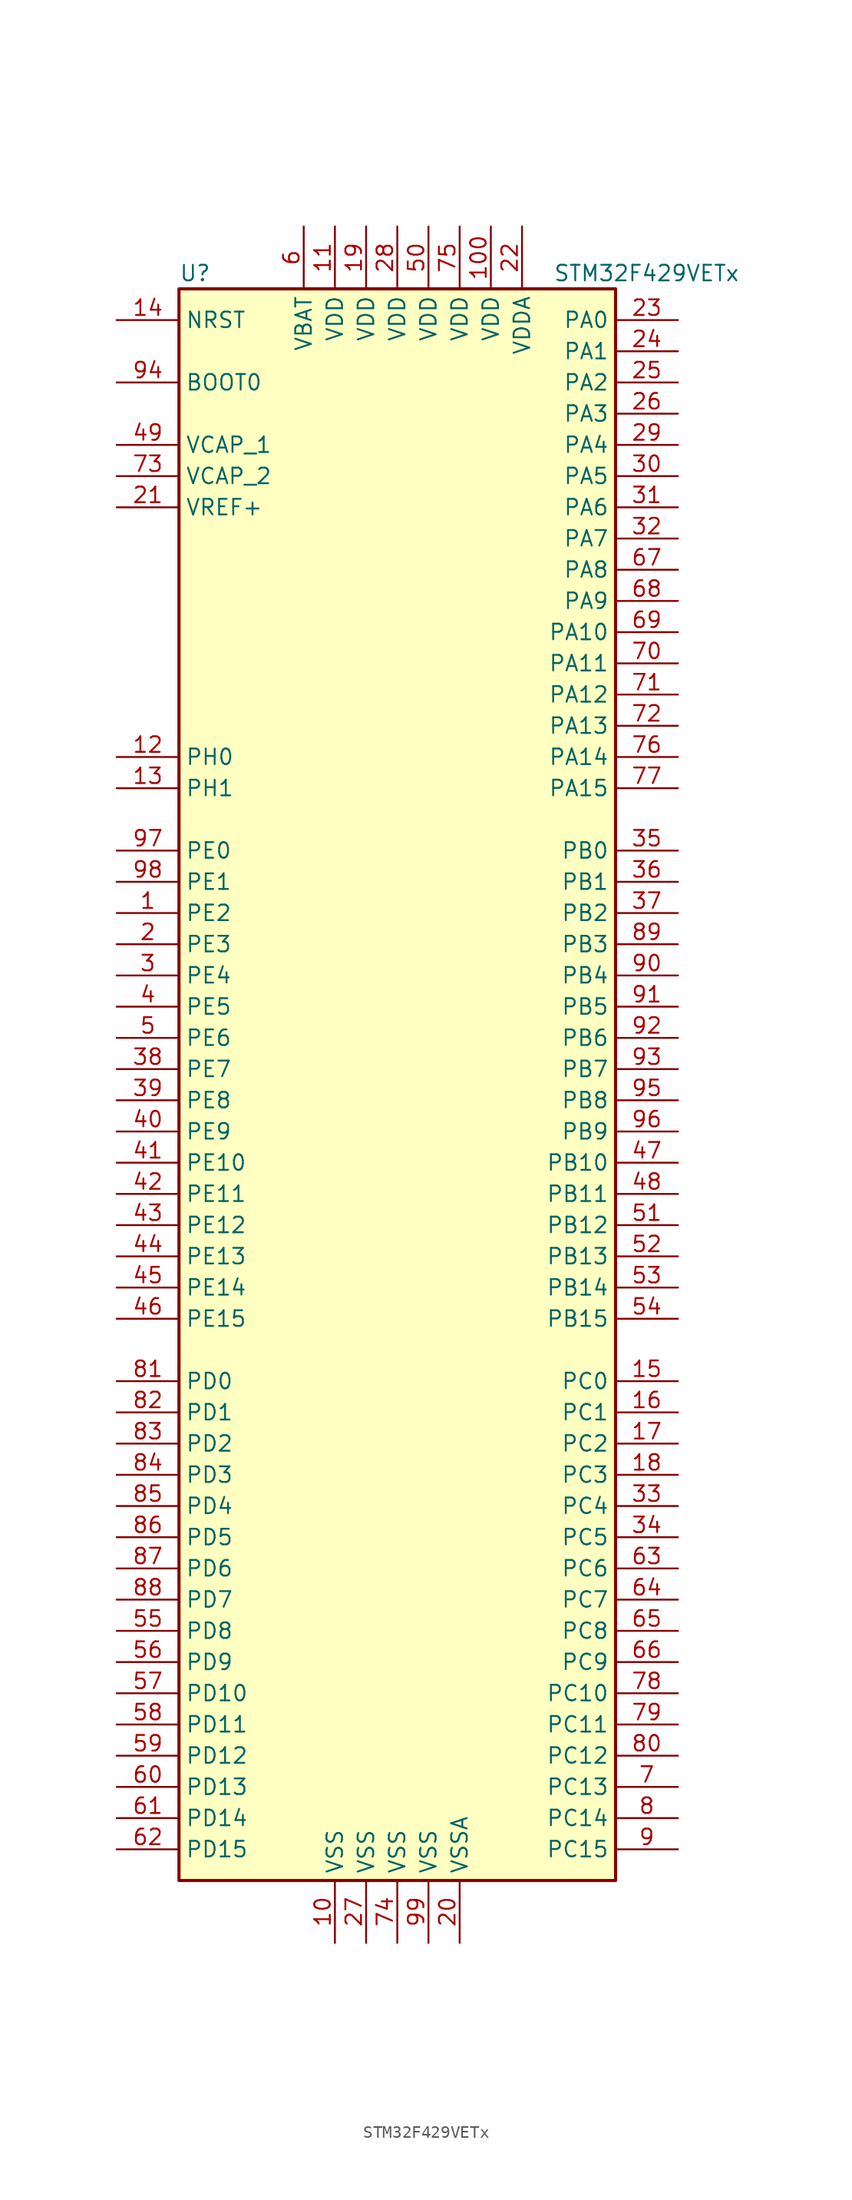
<source format=kicad_sym>
(kicad_symbol_lib
  (version 20201005)
  (generator kicad_symbol_editor)
  (symbol "STM32F429VETx"
    (property "Reference" "U"
      (at -17.78 64.77 0)
      (effects (font (size 1.27 1.27)) (justify left)))
    (property "Value" "STM32F429VETx"
      (at 12.7 64.77 0)
      (effects (font (size 1.27 1.27)) (justify left)))
    (symbol "STM32F429VETx_0_1"
      (rectangle (start -17.78 -66.04) (end 17.78 63.5) (stroke (width 0.254)) (fill (type background))))
    (symbol "STM32F429VETx_1_1"
      (pin bidirectional line (at -22.86 12.7 0) (length 5.08) (name "PE2" (effects (font (size 1.27 1.27)))) (number "1" (effects (font (size 1.27 1.27)))))
      (pin power_in line (at -5.08 -71.12 90) (length 5.08) (name "VSS" (effects (font (size 1.27 1.27)))) (number "10" (effects (font (size 1.27 1.27)))))
      (pin power_in line (at 7.62 68.58 270) (length 5.08) (name "VDD" (effects (font (size 1.27 1.27)))) (number "100" (effects (font (size 1.27 1.27)))))
      (pin power_in line (at -5.08 68.58 270) (length 5.08) (name "VDD" (effects (font (size 1.27 1.27)))) (number "11" (effects (font (size 1.27 1.27)))))
      (pin input line (at -22.86 25.4 0) (length 5.08) (name "PH0" (effects (font (size 1.27 1.27)))) (number "12" (effects (font (size 1.27 1.27)))))
      (pin input line (at -22.86 22.86 0) (length 5.08) (name "PH1" (effects (font (size 1.27 1.27)))) (number "13" (effects (font (size 1.27 1.27)))))
      (pin input line (at -22.86 60.96 0) (length 5.08) (name "NRST" (effects (font (size 1.27 1.27)))) (number "14" (effects (font (size 1.27 1.27)))))
      (pin bidirectional line (at 22.86 -25.4 180) (length 5.08) (name "PC0" (effects (font (size 1.27 1.27)))) (number "15" (effects (font (size 1.27 1.27)))))
      (pin bidirectional line (at 22.86 -27.94 180) (length 5.08) (name "PC1" (effects (font (size 1.27 1.27)))) (number "16" (effects (font (size 1.27 1.27)))))
      (pin bidirectional line (at 22.86 -30.48 180) (length 5.08) (name "PC2" (effects (font (size 1.27 1.27)))) (number "17" (effects (font (size 1.27 1.27)))))
      (pin bidirectional line (at 22.86 -33.02 180) (length 5.08) (name "PC3" (effects (font (size 1.27 1.27)))) (number "18" (effects (font (size 1.27 1.27)))))
      (pin power_in line (at -2.54 68.58 270) (length 5.08) (name "VDD" (effects (font (size 1.27 1.27)))) (number "19" (effects (font (size 1.27 1.27)))))
      (pin bidirectional line (at -22.86 10.16 0) (length 5.08) (name "PE3" (effects (font (size 1.27 1.27)))) (number "2" (effects (font (size 1.27 1.27)))))
      (pin power_in line (at 5.08 -71.12 90) (length 5.08) (name "VSSA" (effects (font (size 1.27 1.27)))) (number "20" (effects (font (size 1.27 1.27)))))
      (pin power_in line (at -22.86 45.72 0) (length 5.08) (name "VREF+" (effects (font (size 1.27 1.27)))) (number "21" (effects (font (size 1.27 1.27)))))
      (pin power_in line (at 10.16 68.58 270) (length 5.08) (name "VDDA" (effects (font (size 1.27 1.27)))) (number "22" (effects (font (size 1.27 1.27)))))
      (pin bidirectional line (at 22.86 60.96 180) (length 5.08) (name "PA0" (effects (font (size 1.27 1.27)))) (number "23" (effects (font (size 1.27 1.27)))))
      (pin bidirectional line (at 22.86 58.42 180) (length 5.08) (name "PA1" (effects (font (size 1.27 1.27)))) (number "24" (effects (font (size 1.27 1.27)))))
      (pin bidirectional line (at 22.86 55.88 180) (length 5.08) (name "PA2" (effects (font (size 1.27 1.27)))) (number "25" (effects (font (size 1.27 1.27)))))
      (pin bidirectional line (at 22.86 53.34 180) (length 5.08) (name "PA3" (effects (font (size 1.27 1.27)))) (number "26" (effects (font (size 1.27 1.27)))))
      (pin power_in line (at -2.54 -71.12 90) (length 5.08) (name "VSS" (effects (font (size 1.27 1.27)))) (number "27" (effects (font (size 1.27 1.27)))))
      (pin power_in line (at 0 68.58 270) (length 5.08) (name "VDD" (effects (font (size 1.27 1.27)))) (number "28" (effects (font (size 1.27 1.27)))))
      (pin bidirectional line (at 22.86 50.8 180) (length 5.08) (name "PA4" (effects (font (size 1.27 1.27)))) (number "29" (effects (font (size 1.27 1.27)))))
      (pin bidirectional line (at -22.86 7.62 0) (length 5.08) (name "PE4" (effects (font (size 1.27 1.27)))) (number "3" (effects (font (size 1.27 1.27)))))
      (pin bidirectional line (at 22.86 48.26 180) (length 5.08) (name "PA5" (effects (font (size 1.27 1.27)))) (number "30" (effects (font (size 1.27 1.27)))))
      (pin bidirectional line (at 22.86 45.72 180) (length 5.08) (name "PA6" (effects (font (size 1.27 1.27)))) (number "31" (effects (font (size 1.27 1.27)))))
      (pin bidirectional line (at 22.86 43.18 180) (length 5.08) (name "PA7" (effects (font (size 1.27 1.27)))) (number "32" (effects (font (size 1.27 1.27)))))
      (pin bidirectional line (at 22.86 -35.56 180) (length 5.08) (name "PC4" (effects (font (size 1.27 1.27)))) (number "33" (effects (font (size 1.27 1.27)))))
      (pin bidirectional line (at 22.86 -38.1 180) (length 5.08) (name "PC5" (effects (font (size 1.27 1.27)))) (number "34" (effects (font (size 1.27 1.27)))))
      (pin bidirectional line (at 22.86 17.78 180) (length 5.08) (name "PB0" (effects (font (size 1.27 1.27)))) (number "35" (effects (font (size 1.27 1.27)))))
      (pin bidirectional line (at 22.86 15.24 180) (length 5.08) (name "PB1" (effects (font (size 1.27 1.27)))) (number "36" (effects (font (size 1.27 1.27)))))
      (pin bidirectional line (at 22.86 12.7 180) (length 5.08) (name "PB2" (effects (font (size 1.27 1.27)))) (number "37" (effects (font (size 1.27 1.27)))))
      (pin bidirectional line (at -22.86 0 0) (length 5.08) (name "PE7" (effects (font (size 1.27 1.27)))) (number "38" (effects (font (size 1.27 1.27)))))
      (pin bidirectional line (at -22.86 -2.54 0) (length 5.08) (name "PE8" (effects (font (size 1.27 1.27)))) (number "39" (effects (font (size 1.27 1.27)))))
      (pin bidirectional line (at -22.86 5.08 0) (length 5.08) (name "PE5" (effects (font (size 1.27 1.27)))) (number "4" (effects (font (size 1.27 1.27)))))
      (pin bidirectional line (at -22.86 -5.08 0) (length 5.08) (name "PE9" (effects (font (size 1.27 1.27)))) (number "40" (effects (font (size 1.27 1.27)))))
      (pin bidirectional line (at -22.86 -7.62 0) (length 5.08) (name "PE10" (effects (font (size 1.27 1.27)))) (number "41" (effects (font (size 1.27 1.27)))))
      (pin bidirectional line (at -22.86 -10.16 0) (length 5.08) (name "PE11" (effects (font (size 1.27 1.27)))) (number "42" (effects (font (size 1.27 1.27)))))
      (pin bidirectional line (at -22.86 -12.7 0) (length 5.08) (name "PE12" (effects (font (size 1.27 1.27)))) (number "43" (effects (font (size 1.27 1.27)))))
      (pin bidirectional line (at -22.86 -15.24 0) (length 5.08) (name "PE13" (effects (font (size 1.27 1.27)))) (number "44" (effects (font (size 1.27 1.27)))))
      (pin bidirectional line (at -22.86 -17.78 0) (length 5.08) (name "PE14" (effects (font (size 1.27 1.27)))) (number "45" (effects (font (size 1.27 1.27)))))
      (pin bidirectional line (at -22.86 -20.32 0) (length 5.08) (name "PE15" (effects (font (size 1.27 1.27)))) (number "46" (effects (font (size 1.27 1.27)))))
      (pin bidirectional line (at 22.86 -7.62 180) (length 5.08) (name "PB10" (effects (font (size 1.27 1.27)))) (number "47" (effects (font (size 1.27 1.27)))))
      (pin bidirectional line (at 22.86 -10.16 180) (length 5.08) (name "PB11" (effects (font (size 1.27 1.27)))) (number "48" (effects (font (size 1.27 1.27)))))
      (pin power_in line (at -22.86 50.8 0) (length 5.08) (name "VCAP_1" (effects (font (size 1.27 1.27)))) (number "49" (effects (font (size 1.27 1.27)))))
      (pin bidirectional line (at -22.86 2.54 0) (length 5.08) (name "PE6" (effects (font (size 1.27 1.27)))) (number "5" (effects (font (size 1.27 1.27)))))
      (pin power_in line (at 2.54 68.58 270) (length 5.08) (name "VDD" (effects (font (size 1.27 1.27)))) (number "50" (effects (font (size 1.27 1.27)))))
      (pin bidirectional line (at 22.86 -12.7 180) (length 5.08) (name "PB12" (effects (font (size 1.27 1.27)))) (number "51" (effects (font (size 1.27 1.27)))))
      (pin bidirectional line (at 22.86 -15.24 180) (length 5.08) (name "PB13" (effects (font (size 1.27 1.27)))) (number "52" (effects (font (size 1.27 1.27)))))
      (pin bidirectional line (at 22.86 -17.78 180) (length 5.08) (name "PB14" (effects (font (size 1.27 1.27)))) (number "53" (effects (font (size 1.27 1.27)))))
      (pin bidirectional line (at 22.86 -20.32 180) (length 5.08) (name "PB15" (effects (font (size 1.27 1.27)))) (number "54" (effects (font (size 1.27 1.27)))))
      (pin bidirectional line (at -22.86 -45.72 0) (length 5.08) (name "PD8" (effects (font (size 1.27 1.27)))) (number "55" (effects (font (size 1.27 1.27)))))
      (pin bidirectional line (at -22.86 -48.26 0) (length 5.08) (name "PD9" (effects (font (size 1.27 1.27)))) (number "56" (effects (font (size 1.27 1.27)))))
      (pin bidirectional line (at -22.86 -50.8 0) (length 5.08) (name "PD10" (effects (font (size 1.27 1.27)))) (number "57" (effects (font (size 1.27 1.27)))))
      (pin bidirectional line (at -22.86 -53.34 0) (length 5.08) (name "PD11" (effects (font (size 1.27 1.27)))) (number "58" (effects (font (size 1.27 1.27)))))
      (pin bidirectional line (at -22.86 -55.88 0) (length 5.08) (name "PD12" (effects (font (size 1.27 1.27)))) (number "59" (effects (font (size 1.27 1.27)))))
      (pin power_in line (at -7.62 68.58 270) (length 5.08) (name "VBAT" (effects (font (size 1.27 1.27)))) (number "6" (effects (font (size 1.27 1.27)))))
      (pin bidirectional line (at -22.86 -58.42 0) (length 5.08) (name "PD13" (effects (font (size 1.27 1.27)))) (number "60" (effects (font (size 1.27 1.27)))))
      (pin bidirectional line (at -22.86 -60.96 0) (length 5.08) (name "PD14" (effects (font (size 1.27 1.27)))) (number "61" (effects (font (size 1.27 1.27)))))
      (pin bidirectional line (at -22.86 -63.5 0) (length 5.08) (name "PD15" (effects (font (size 1.27 1.27)))) (number "62" (effects (font (size 1.27 1.27)))))
      (pin bidirectional line (at 22.86 -40.64 180) (length 5.08) (name "PC6" (effects (font (size 1.27 1.27)))) (number "63" (effects (font (size 1.27 1.27)))))
      (pin bidirectional line (at 22.86 -43.18 180) (length 5.08) (name "PC7" (effects (font (size 1.27 1.27)))) (number "64" (effects (font (size 1.27 1.27)))))
      (pin bidirectional line (at 22.86 -45.72 180) (length 5.08) (name "PC8" (effects (font (size 1.27 1.27)))) (number "65" (effects (font (size 1.27 1.27)))))
      (pin bidirectional line (at 22.86 -48.26 180) (length 5.08) (name "PC9" (effects (font (size 1.27 1.27)))) (number "66" (effects (font (size 1.27 1.27)))))
      (pin bidirectional line (at 22.86 40.64 180) (length 5.08) (name "PA8" (effects (font (size 1.27 1.27)))) (number "67" (effects (font (size 1.27 1.27)))))
      (pin bidirectional line (at 22.86 38.1 180) (length 5.08) (name "PA9" (effects (font (size 1.27 1.27)))) (number "68" (effects (font (size 1.27 1.27)))))
      (pin bidirectional line (at 22.86 35.56 180) (length 5.08) (name "PA10" (effects (font (size 1.27 1.27)))) (number "69" (effects (font (size 1.27 1.27)))))
      (pin bidirectional line (at 22.86 -58.42 180) (length 5.08) (name "PC13" (effects (font (size 1.27 1.27)))) (number "7" (effects (font (size 1.27 1.27)))))
      (pin bidirectional line (at 22.86 33.02 180) (length 5.08) (name "PA11" (effects (font (size 1.27 1.27)))) (number "70" (effects (font (size 1.27 1.27)))))
      (pin bidirectional line (at 22.86 30.48 180) (length 5.08) (name "PA12" (effects (font (size 1.27 1.27)))) (number "71" (effects (font (size 1.27 1.27)))))
      (pin bidirectional line (at 22.86 27.94 180) (length 5.08) (name "PA13" (effects (font (size 1.27 1.27)))) (number "72" (effects (font (size 1.27 1.27)))))
      (pin power_in line (at -22.86 48.26 0) (length 5.08) (name "VCAP_2" (effects (font (size 1.27 1.27)))) (number "73" (effects (font (size 1.27 1.27)))))
      (pin power_in line (at 0 -71.12 90) (length 5.08) (name "VSS" (effects (font (size 1.27 1.27)))) (number "74" (effects (font (size 1.27 1.27)))))
      (pin power_in line (at 5.08 68.58 270) (length 5.08) (name "VDD" (effects (font (size 1.27 1.27)))) (number "75" (effects (font (size 1.27 1.27)))))
      (pin bidirectional line (at 22.86 25.4 180) (length 5.08) (name "PA14" (effects (font (size 1.27 1.27)))) (number "76" (effects (font (size 1.27 1.27)))))
      (pin bidirectional line (at 22.86 22.86 180) (length 5.08) (name "PA15" (effects (font (size 1.27 1.27)))) (number "77" (effects (font (size 1.27 1.27)))))
      (pin bidirectional line (at 22.86 -50.8 180) (length 5.08) (name "PC10" (effects (font (size 1.27 1.27)))) (number "78" (effects (font (size 1.27 1.27)))))
      (pin bidirectional line (at 22.86 -53.34 180) (length 5.08) (name "PC11" (effects (font (size 1.27 1.27)))) (number "79" (effects (font (size 1.27 1.27)))))
      (pin bidirectional line (at 22.86 -60.96 180) (length 5.08) (name "PC14" (effects (font (size 1.27 1.27)))) (number "8" (effects (font (size 1.27 1.27)))))
      (pin bidirectional line (at 22.86 -55.88 180) (length 5.08) (name "PC12" (effects (font (size 1.27 1.27)))) (number "80" (effects (font (size 1.27 1.27)))))
      (pin bidirectional line (at -22.86 -25.4 0) (length 5.08) (name "PD0" (effects (font (size 1.27 1.27)))) (number "81" (effects (font (size 1.27 1.27)))))
      (pin bidirectional line (at -22.86 -27.94 0) (length 5.08) (name "PD1" (effects (font (size 1.27 1.27)))) (number "82" (effects (font (size 1.27 1.27)))))
      (pin bidirectional line (at -22.86 -30.48 0) (length 5.08) (name "PD2" (effects (font (size 1.27 1.27)))) (number "83" (effects (font (size 1.27 1.27)))))
      (pin bidirectional line (at -22.86 -33.02 0) (length 5.08) (name "PD3" (effects (font (size 1.27 1.27)))) (number "84" (effects (font (size 1.27 1.27)))))
      (pin bidirectional line (at -22.86 -35.56 0) (length 5.08) (name "PD4" (effects (font (size 1.27 1.27)))) (number "85" (effects (font (size 1.27 1.27)))))
      (pin bidirectional line (at -22.86 -38.1 0) (length 5.08) (name "PD5" (effects (font (size 1.27 1.27)))) (number "86" (effects (font (size 1.27 1.27)))))
      (pin bidirectional line (at -22.86 -40.64 0) (length 5.08) (name "PD6" (effects (font (size 1.27 1.27)))) (number "87" (effects (font (size 1.27 1.27)))))
      (pin bidirectional line (at -22.86 -43.18 0) (length 5.08) (name "PD7" (effects (font (size 1.27 1.27)))) (number "88" (effects (font (size 1.27 1.27)))))
      (pin bidirectional line (at 22.86 10.16 180) (length 5.08) (name "PB3" (effects (font (size 1.27 1.27)))) (number "89" (effects (font (size 1.27 1.27)))))
      (pin bidirectional line (at 22.86 -63.5 180) (length 5.08) (name "PC15" (effects (font (size 1.27 1.27)))) (number "9" (effects (font (size 1.27 1.27)))))
      (pin bidirectional line (at 22.86 7.62 180) (length 5.08) (name "PB4" (effects (font (size 1.27 1.27)))) (number "90" (effects (font (size 1.27 1.27)))))
      (pin bidirectional line (at 22.86 5.08 180) (length 5.08) (name "PB5" (effects (font (size 1.27 1.27)))) (number "91" (effects (font (size 1.27 1.27)))))
      (pin bidirectional line (at 22.86 2.54 180) (length 5.08) (name "PB6" (effects (font (size 1.27 1.27)))) (number "92" (effects (font (size 1.27 1.27)))))
      (pin bidirectional line (at 22.86 0 180) (length 5.08) (name "PB7" (effects (font (size 1.27 1.27)))) (number "93" (effects (font (size 1.27 1.27)))))
      (pin input line (at -22.86 55.88 0) (length 5.08) (name "BOOT0" (effects (font (size 1.27 1.27)))) (number "94" (effects (font (size 1.27 1.27)))))
      (pin bidirectional line (at 22.86 -2.54 180) (length 5.08) (name "PB8" (effects (font (size 1.27 1.27)))) (number "95" (effects (font (size 1.27 1.27)))))
      (pin bidirectional line (at 22.86 -5.08 180) (length 5.08) (name "PB9" (effects (font (size 1.27 1.27)))) (number "96" (effects (font (size 1.27 1.27)))))
      (pin bidirectional line (at -22.86 17.78 0) (length 5.08) (name "PE0" (effects (font (size 1.27 1.27)))) (number "97" (effects (font (size 1.27 1.27)))))
      (pin bidirectional line (at -22.86 15.24 0) (length 5.08) (name "PE1" (effects (font (size 1.27 1.27)))) (number "98" (effects (font (size 1.27 1.27)))))
      (pin power_in line (at 2.54 -71.12 90) (length 5.08) (name "VSS" (effects (font (size 1.27 1.27)))) (number "99" (effects (font (size 1.27 1.27))))))))
</source>
